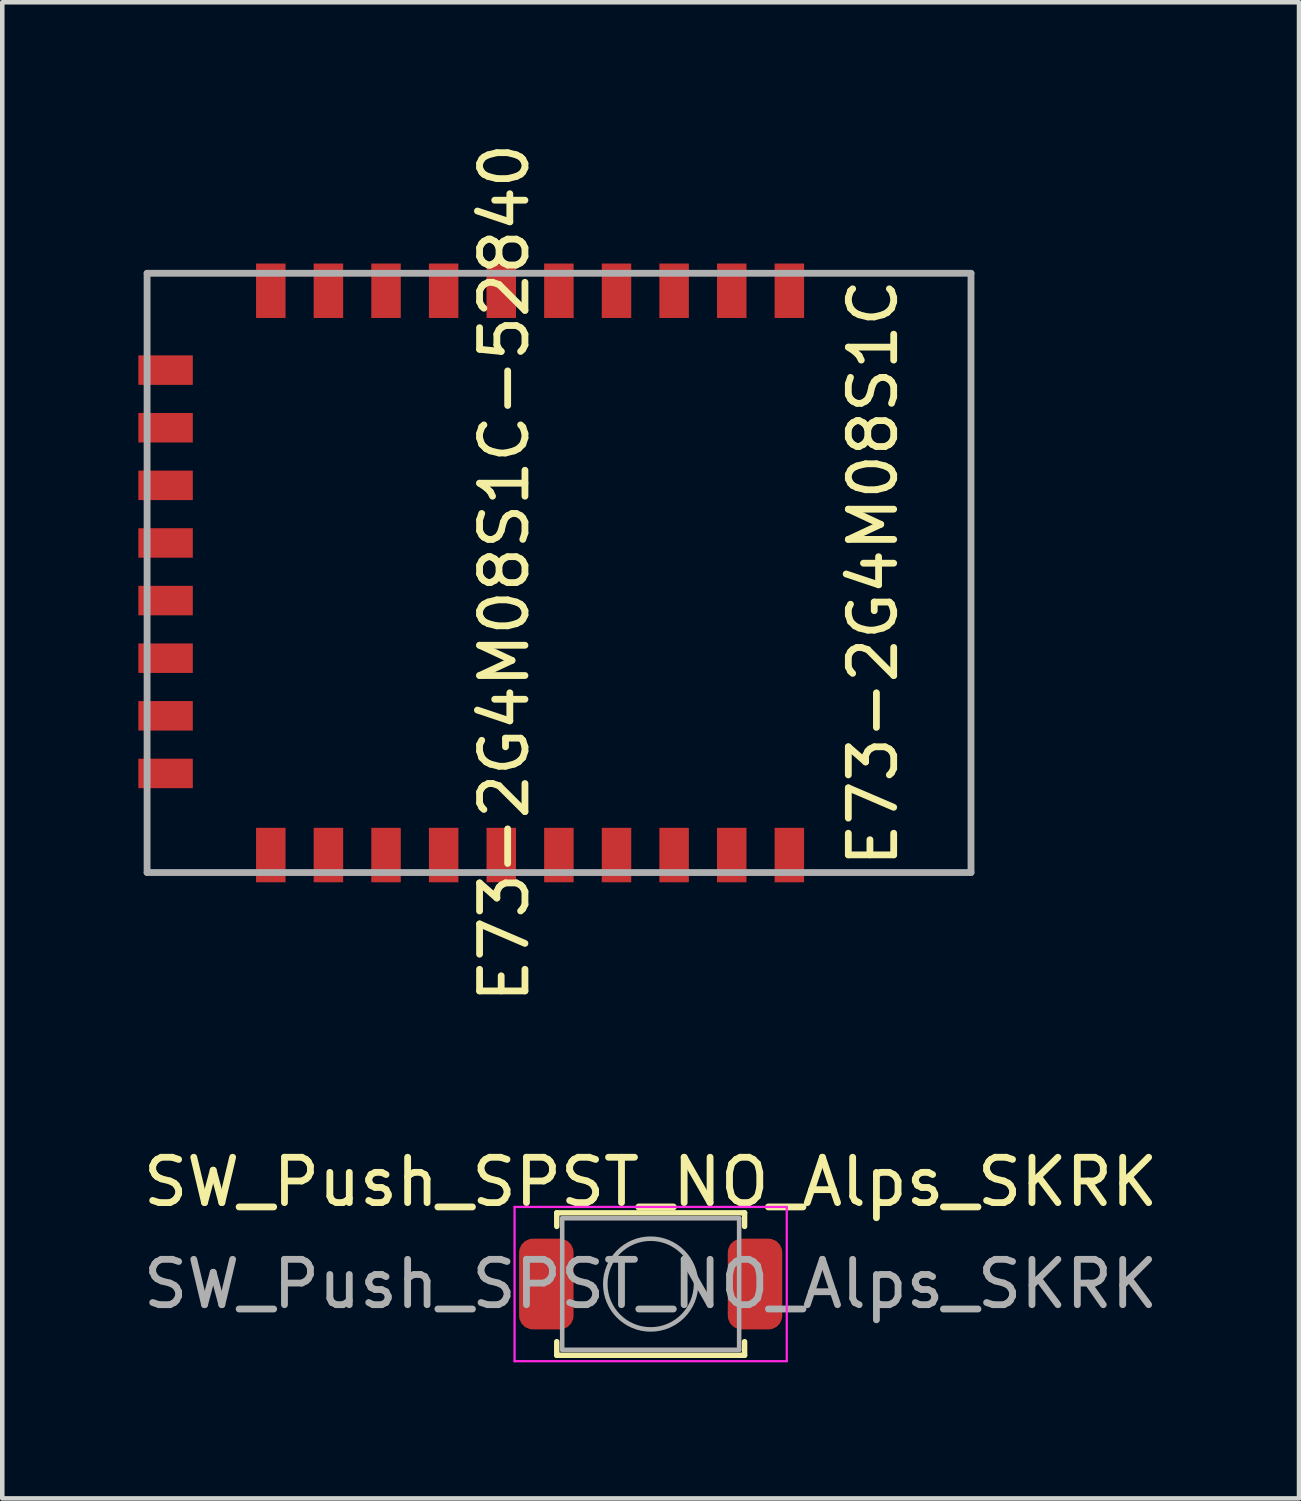
<source format=kicad_pcb>
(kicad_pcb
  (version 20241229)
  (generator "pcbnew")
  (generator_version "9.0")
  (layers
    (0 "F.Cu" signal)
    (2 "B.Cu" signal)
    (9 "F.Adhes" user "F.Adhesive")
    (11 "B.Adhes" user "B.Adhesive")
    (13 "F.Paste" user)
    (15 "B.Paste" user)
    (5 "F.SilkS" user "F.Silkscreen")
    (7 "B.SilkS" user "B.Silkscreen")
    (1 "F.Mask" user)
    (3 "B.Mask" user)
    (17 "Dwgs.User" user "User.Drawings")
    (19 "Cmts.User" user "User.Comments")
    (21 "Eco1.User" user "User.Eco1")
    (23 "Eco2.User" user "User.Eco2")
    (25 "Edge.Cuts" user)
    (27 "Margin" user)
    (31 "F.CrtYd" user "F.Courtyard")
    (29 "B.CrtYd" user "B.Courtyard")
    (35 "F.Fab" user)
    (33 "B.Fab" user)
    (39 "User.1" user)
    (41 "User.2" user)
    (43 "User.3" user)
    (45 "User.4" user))
  (footprint "SW_Push_SPST_NO_Alps_SKRK"
    (layer "F.Cu")
    (at 11.292 25.253)
    (property "Reference" "SW_Push_SPST_NO_Alps_SKRK" (at 0 -2.25 0) (layer "F.SilkS") (effects (font (size 1 1) (thickness 0.15))))
    (attr smd)
    (fp_line (start -2.07 -1.57) (end 2.07 -1.57) (stroke (width 0.12) (type solid)) (layer "F.SilkS"))
    (fp_line (start -2.07 -1.27) (end -2.07 -1.57) (stroke (width 0.12) (type solid)) (layer "F.SilkS"))
    (fp_line (start -2.07 1.57) (end -2.07 1.27) (stroke (width 0.12) (type solid)) (layer "F.SilkS"))
    (fp_line (start 2.07 -1.57) (end 2.07 -1.27) (stroke (width 0.12) (type solid)) (layer "F.SilkS"))
    (fp_line (start 2.07 1.27) (end 2.07 1.57) (stroke (width 0.12) (type solid)) (layer "F.SilkS"))
    (fp_line (start 2.07 1.57) (end -2.07 1.57) (stroke (width 0.12) (type solid)) (layer "F.SilkS"))
    (fp_line (start -3 -1.7) (end 3 -1.7) (stroke (width 0.05) (type solid)) (layer "F.CrtYd"))
    (fp_line (start -3 1.7) (end -3 -1.7) (stroke (width 0.05) (type solid)) (layer "F.CrtYd"))
    (fp_line (start 3 -1.7) (end 3 1.7) (stroke (width 0.05) (type solid)) (layer "F.CrtYd"))
    (fp_line (start 3 1.7) (end -3 1.7) (stroke (width 0.05) (type solid)) (layer "F.CrtYd"))
    (fp_line (start -1.95 -1.45) (end 1.95 -1.45) (stroke (width 0.1) (type solid)) (layer "F.Fab"))
    (fp_line (start -1.95 1.45) (end -1.95 -1.45) (stroke (width 0.1) (type solid)) (layer "F.Fab"))
    (fp_line (start 1.95 -1.45) (end 1.95 1.45) (stroke (width 0.1) (type solid)) (layer "F.Fab"))
    (fp_line (start 1.95 1.45) (end -1.95 1.45) (stroke (width 0.1) (type solid)) (layer "F.Fab"))
    (fp_circle (center 0 0) (end 1 0) (stroke (width 0.1) (type solid)) (fill no) (layer "F.Fab"))
    (fp_text user "${REFERENCE}" (at 0 0 0) (layer "F.Fab") (effects (font (size 1 1) (thickness 0.15))))
    (pad "1" smd roundrect (at -2.3 0) (size 1.2 2) (layers "F.Cu" "F.Mask" "F.Paste") (roundrect_rratio 0.25))
    (pad "2" smd roundrect (at 2.3 0) (size 1.2 2) (layers "F.Cu" "F.Mask" "F.Paste") (roundrect_rratio 0.25)))
  (footprint "E73-2G4M08S1C-52840"
    (layer "F.Cu")
    (at 0.319 9.578)
    (property "Reference" "E73-2G4M08S1C-52840" (at 7.747 -0.000467 270) (layer "F.SilkS") (effects (font (size 1 1) (thickness 0.15))))
    (attr through_hole)
    (fp_line (start -0.127 -6.604) (end -0.127 6.604) (stroke (width 0.15) (type solid)) (layer "F.Fab"))
    (fp_line (start -0.127 6.604) (end 18.034 6.604) (stroke (width 0.15) (type solid)) (layer "F.Fab"))
    (fp_line (start 18.034 -6.604) (end -0.127 -6.604) (stroke (width 0.15) (type solid)) (layer "F.Fab"))
    (fp_line (start 18.034 6.604) (end 18.034 -6.604) (stroke (width 0.15) (type solid)) (layer "F.Fab"))
    (fp_text user "E73-2G4M08S1C" (at 15.875 0 90) (layer "F.SilkS") (effects (font (size 1 1) (thickness 0.15))))
    (pad "1" smd rect (at 14.03 -6.219) (size 0.65 1.2) (layers "F.Cu" "F.Mask" "F.Paste"))
    (pad "2" smd rect (at 12.76 -6.219) (size 0.65 1.2) (layers "F.Cu" "F.Mask" "F.Paste"))
    (pad "3" smd rect (at 11.49 -6.219) (size 0.65 1.2) (layers "F.Cu" "F.Mask" "F.Paste"))
    (pad "4" smd rect (at 10.22 -6.219) (size 0.65 1.2) (layers "F.Cu" "F.Mask" "F.Paste"))
    (pad "5" smd rect (at 8.95 -6.219) (size 0.65 1.2) (layers "F.Cu" "F.Mask" "F.Paste"))
    (pad "6" smd rect (at 7.68 -6.219) (size 0.65 1.2) (layers "F.Cu" "F.Mask" "F.Paste"))
    (pad "7" smd rect (at 6.41 -6.219) (size 0.65 1.2) (layers "F.Cu" "F.Mask" "F.Paste"))
    (pad "8" smd rect (at 5.14 -6.219) (size 0.65 1.2) (layers "F.Cu" "F.Mask" "F.Paste"))
    (pad "9" smd rect (at 3.87 -6.219) (size 0.65 1.2) (layers "F.Cu" "F.Mask" "F.Paste"))
    (pad "10" smd rect (at 2.6 -6.219) (size 0.65 1.2) (layers "F.Cu" "F.Mask" "F.Paste"))
    (pad "11" smd rect (at 0.281 -4.47 90) (size 0.65 1.2) (layers "F.Cu" "F.Mask" "F.Paste"))
    (pad "13" smd rect (at 0.281 -3.2 90) (size 0.65 1.2) (layers "F.Cu" "F.Mask" "F.Paste"))
    (pad "15" smd rect (at 0.281 -1.93 90) (size 0.65 1.2) (layers "F.Cu" "F.Mask" "F.Paste"))
    (pad "17" smd rect (at 0.281 -0.66 90) (size 0.65 1.2) (layers "F.Cu" "F.Mask" "F.Paste"))
    (pad "19" smd rect (at 0.281 0.61 90) (size 0.65 1.2) (layers "F.Cu" "F.Mask" "F.Paste"))
    (pad "21" smd rect (at 0.281 1.88 90) (size 0.65 1.2) (layers "F.Cu" "F.Mask" "F.Paste"))
    (pad "23" smd rect (at 0.281 3.15 90) (size 0.65 1.2) (layers "F.Cu" "F.Mask" "F.Paste"))
    (pad "25" smd rect (at 0.281 4.42 90) (size 0.65 1.2) (layers "F.Cu" "F.Mask" "F.Paste"))
    (pad "26" smd rect (at 2.6 6.219) (size 0.65 1.2) (layers "F.Cu" "F.Mask" "F.Paste"))
    (pad "27" smd rect (at 3.87 6.219) (size 0.65 1.2) (layers "F.Cu" "F.Mask" "F.Paste"))
    (pad "29" smd rect (at 5.14 6.219) (size 0.65 1.2) (layers "F.Cu" "F.Mask" "F.Paste"))
    (pad "31" smd rect (at 6.41 6.219) (size 0.65 1.2) (layers "F.Cu" "F.Mask" "F.Paste"))
    (pad "33" smd rect (at 7.68 6.219) (size 0.65 1.2) (layers "F.Cu" "F.Mask" "F.Paste"))
    (pad "35" smd rect (at 8.95 6.219) (size 0.65 1.2) (layers "F.Cu" "F.Mask" "F.Paste"))
    (pad "37" smd rect (at 10.22 6.219) (size 0.65 1.2) (layers "F.Cu" "F.Mask" "F.Paste"))
    (pad "39" smd rect (at 11.49 6.219) (size 0.65 1.2) (layers "F.Cu" "F.Mask" "F.Paste"))
    (pad "41" smd rect (at 12.76 6.219) (size 0.65 1.2) (layers "F.Cu" "F.Mask" "F.Paste"))
    (pad "43" smd rect (at 14.03 6.219) (size 0.65 1.2) (layers "F.Cu" "F.Mask" "F.Paste"))
    (zone (net_name "") (layer "F.Cu") (hatch edge 0.508) (connect_pads) (min_thickness 0.254) (filled_areas_thickness no) (keepout (tracks not_allowed) (vias not_allowed) (pads not_allowed) (copperpour not_allowed) (footprints allowed)) (placement (enabled no)) (fill) (polygon (pts (xy 3.111 13.92) (xy 1.711 13.92) (xy 1.711 5.178) (xy 3.111 5.178))))
    (zone (net_name "") (layer "F.Cu") (hatch edge 0.508) (connect_pads) (min_thickness 0.254) (filled_areas_thickness no) (keepout (tracks not_allowed) (vias not_allowed) (pads not_allowed) (copperpour not_allowed) (footprints allowed)) (placement (enabled no)) (fill) (polygon (pts (xy 14.361 12.978) (xy 14.361 14.278) (xy 4.419 14.278) (xy 4.419 12.978)))))
  (gr_rect
    (start -3 -3)
    (end 25.583 29.978)
    (stroke (width 0.1) (type default))
    (fill no)
    (layer "Edge.Cuts")))
</source>
